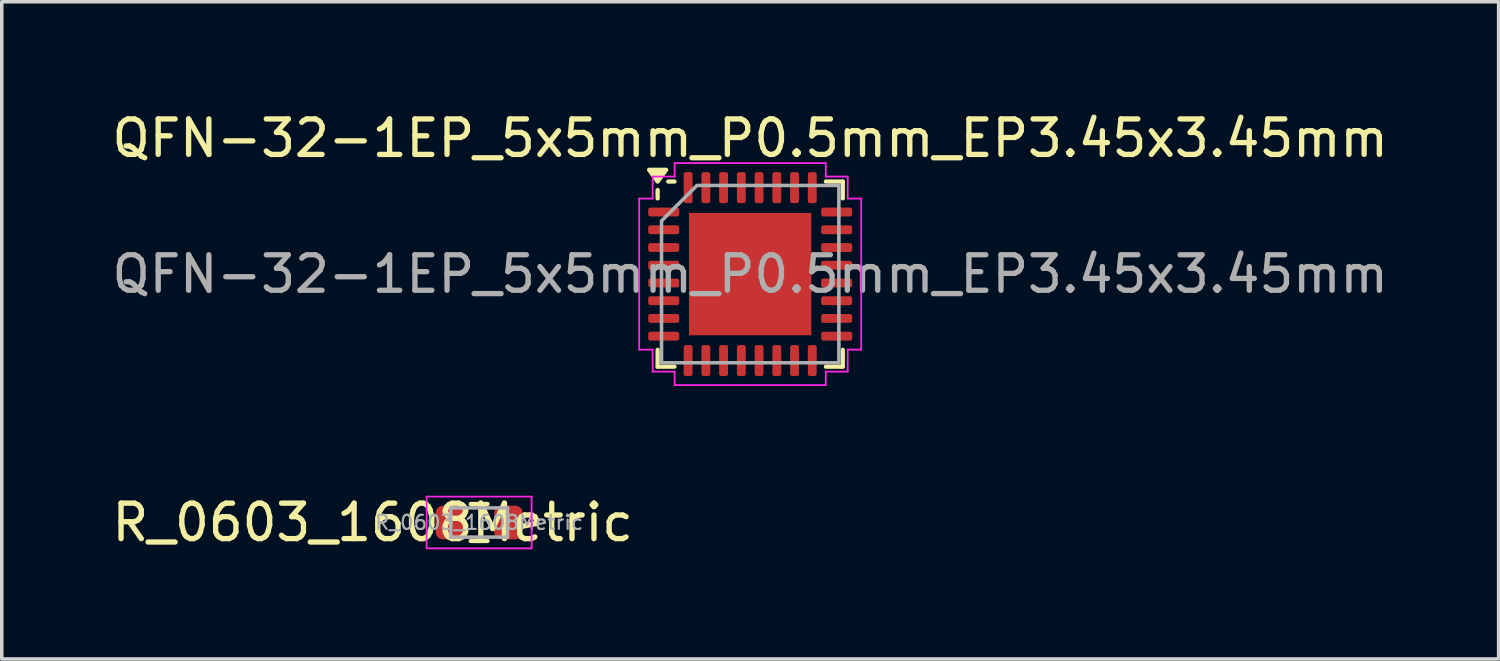
<source format=kicad_pcb>
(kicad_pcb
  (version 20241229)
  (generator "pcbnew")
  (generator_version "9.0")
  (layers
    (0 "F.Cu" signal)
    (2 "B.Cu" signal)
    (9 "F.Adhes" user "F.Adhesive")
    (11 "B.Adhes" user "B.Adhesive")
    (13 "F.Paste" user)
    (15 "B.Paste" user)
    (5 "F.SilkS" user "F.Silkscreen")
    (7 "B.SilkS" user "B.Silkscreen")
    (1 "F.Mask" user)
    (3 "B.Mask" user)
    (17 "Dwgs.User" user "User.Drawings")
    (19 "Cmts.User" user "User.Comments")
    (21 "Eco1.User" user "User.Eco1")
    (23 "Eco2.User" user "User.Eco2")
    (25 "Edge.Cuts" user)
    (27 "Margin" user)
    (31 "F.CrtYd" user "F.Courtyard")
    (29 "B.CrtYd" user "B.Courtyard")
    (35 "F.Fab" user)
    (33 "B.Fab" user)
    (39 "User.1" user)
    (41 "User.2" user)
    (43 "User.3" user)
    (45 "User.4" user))
  (footprint "QFN-32-1EP_5x5mm_P0.5mm_EP3.45x3.45mm"
    (layer "F.Cu")
    (at 18.101 4.678)
    (property "Reference" "QFN-32-1EP_5x5mm_P0.5mm_EP3.45x3.45mm" (at 0 -3.83 0) (layer "F.SilkS") (effects (font (size 1 1) (thickness 0.15))))
    (attr smd)
    (fp_line (start -2.61 -2.135) (end -2.61 -2.37) (stroke (width 0.12) (type solid)) (layer "F.SilkS"))
    (fp_line (start -2.61 2.61) (end -2.61 2.135) (stroke (width 0.12) (type solid)) (layer "F.SilkS"))
    (fp_line (start -2.135 -2.61) (end -2.31 -2.61) (stroke (width 0.12) (type solid)) (layer "F.SilkS"))
    (fp_line (start -2.135 2.61) (end -2.61 2.61) (stroke (width 0.12) (type solid)) (layer "F.SilkS"))
    (fp_line (start 2.135 -2.61) (end 2.61 -2.61) (stroke (width 0.12) (type solid)) (layer "F.SilkS"))
    (fp_line (start 2.135 2.61) (end 2.61 2.61) (stroke (width 0.12) (type solid)) (layer "F.SilkS"))
    (fp_line (start 2.61 -2.61) (end 2.61 -2.135) (stroke (width 0.12) (type solid)) (layer "F.SilkS"))
    (fp_line (start 2.61 2.61) (end 2.61 2.135) (stroke (width 0.12) (type solid)) (layer "F.SilkS"))
    (fp_poly (pts (xy -2.61 -2.61) (xy -2.85 -2.94) (xy -2.37 -2.94)) (stroke (width 0.12) (type solid)) (fill yes) (layer "F.SilkS"))
    (fp_line (start -3.13 -2.13) (end -2.75 -2.13) (stroke (width 0.05) (type solid)) (layer "F.CrtYd"))
    (fp_line (start -3.13 2.13) (end -3.13 -2.13) (stroke (width 0.05) (type solid)) (layer "F.CrtYd"))
    (fp_line (start -2.75 -2.75) (end -2.13 -2.75) (stroke (width 0.05) (type solid)) (layer "F.CrtYd"))
    (fp_line (start -2.75 -2.13) (end -2.75 -2.75) (stroke (width 0.05) (type solid)) (layer "F.CrtYd"))
    (fp_line (start -2.75 2.13) (end -3.13 2.13) (stroke (width 0.05) (type solid)) (layer "F.CrtYd"))
    (fp_line (start -2.75 2.75) (end -2.75 2.13) (stroke (width 0.05) (type solid)) (layer "F.CrtYd"))
    (fp_line (start -2.13 -3.13) (end 2.13 -3.13) (stroke (width 0.05) (type solid)) (layer "F.CrtYd"))
    (fp_line (start -2.13 -2.75) (end -2.13 -3.13) (stroke (width 0.05) (type solid)) (layer "F.CrtYd"))
    (fp_line (start -2.13 2.75) (end -2.75 2.75) (stroke (width 0.05) (type solid)) (layer "F.CrtYd"))
    (fp_line (start -2.13 3.13) (end -2.13 2.75) (stroke (width 0.05) (type solid)) (layer "F.CrtYd"))
    (fp_line (start 2.13 -3.13) (end 2.13 -2.75) (stroke (width 0.05) (type solid)) (layer "F.CrtYd"))
    (fp_line (start 2.13 -2.75) (end 2.75 -2.75) (stroke (width 0.05) (type solid)) (layer "F.CrtYd"))
    (fp_line (start 2.13 2.75) (end 2.13 3.13) (stroke (width 0.05) (type solid)) (layer "F.CrtYd"))
    (fp_line (start 2.13 3.13) (end -2.13 3.13) (stroke (width 0.05) (type solid)) (layer "F.CrtYd"))
    (fp_line (start 2.75 -2.75) (end 2.75 -2.13) (stroke (width 0.05) (type solid)) (layer "F.CrtYd"))
    (fp_line (start 2.75 -2.13) (end 3.13 -2.13) (stroke (width 0.05) (type solid)) (layer "F.CrtYd"))
    (fp_line (start 2.75 2.13) (end 2.75 2.75) (stroke (width 0.05) (type solid)) (layer "F.CrtYd"))
    (fp_line (start 2.75 2.75) (end 2.13 2.75) (stroke (width 0.05) (type solid)) (layer "F.CrtYd"))
    (fp_line (start 3.13 -2.13) (end 3.13 2.13) (stroke (width 0.05) (type solid)) (layer "F.CrtYd"))
    (fp_line (start 3.13 2.13) (end 2.75 2.13) (stroke (width 0.05) (type solid)) (layer "F.CrtYd"))
    (fp_poly (pts (xy -2.5 -1.5) (xy -2.5 2.5) (xy 2.5 2.5) (xy 2.5 -2.5) (xy -1.5 -2.5)) (stroke (width 0.1) (type solid)) (fill no) (layer "F.Fab"))
    (fp_text user "${REFERENCE}" (at 0 0 0) (layer "F.Fab") (effects (font (size 1 1) (thickness 0.15))))
    (pad "" smd roundrect (at -1.15 -1.15) (size 0.93 0.93) (layers "F.Paste") (roundrect_rratio 0.25))
    (pad "" smd roundrect (at -1.15 0) (size 0.93 0.93) (layers "F.Paste") (roundrect_rratio 0.25))
    (pad "" smd roundrect (at -1.15 1.15) (size 0.93 0.93) (layers "F.Paste") (roundrect_rratio 0.25))
    (pad "" smd roundrect (at 0 -1.15) (size 0.93 0.93) (layers "F.Paste") (roundrect_rratio 0.25))
    (pad "" smd roundrect (at 0 0) (size 0.93 0.93) (layers "F.Paste") (roundrect_rratio 0.25))
    (pad "" smd roundrect (at 0 1.15) (size 0.93 0.93) (layers "F.Paste") (roundrect_rratio 0.25))
    (pad "" smd roundrect (at 1.15 -1.15) (size 0.93 0.93) (layers "F.Paste") (roundrect_rratio 0.25))
    (pad "" smd roundrect (at 1.15 0) (size 0.93 0.93) (layers "F.Paste") (roundrect_rratio 0.25))
    (pad "" smd roundrect (at 1.15 1.15) (size 0.93 0.93) (layers "F.Paste") (roundrect_rratio 0.25))
    (pad "1" smd roundrect (at -2.438 -1.75) (size 0.875 0.25) (layers "F.Cu" "F.Mask" "F.Paste") (roundrect_rratio 0.25))
    (pad "2" smd roundrect (at -2.438 -1.25) (size 0.875 0.25) (layers "F.Cu" "F.Mask" "F.Paste") (roundrect_rratio 0.25))
    (pad "3" smd roundrect (at -2.438 -0.75) (size 0.875 0.25) (layers "F.Cu" "F.Mask" "F.Paste") (roundrect_rratio 0.25))
    (pad "4" smd roundrect (at -2.438 -0.25) (size 0.875 0.25) (layers "F.Cu" "F.Mask" "F.Paste") (roundrect_rratio 0.25))
    (pad "5" smd roundrect (at -2.438 0.25) (size 0.875 0.25) (layers "F.Cu" "F.Mask" "F.Paste") (roundrect_rratio 0.25))
    (pad "6" smd roundrect (at -2.438 0.75) (size 0.875 0.25) (layers "F.Cu" "F.Mask" "F.Paste") (roundrect_rratio 0.25))
    (pad "7" smd roundrect (at -2.438 1.25) (size 0.875 0.25) (layers "F.Cu" "F.Mask" "F.Paste") (roundrect_rratio 0.25))
    (pad "8" smd roundrect (at -2.438 1.75) (size 0.875 0.25) (layers "F.Cu" "F.Mask" "F.Paste") (roundrect_rratio 0.25))
    (pad "9" smd roundrect (at -1.75 2.438) (size 0.25 0.875) (layers "F.Cu" "F.Mask" "F.Paste") (roundrect_rratio 0.25))
    (pad "10" smd roundrect (at -1.25 2.438) (size 0.25 0.875) (layers "F.Cu" "F.Mask" "F.Paste") (roundrect_rratio 0.25))
    (pad "11" smd roundrect (at -0.75 2.438) (size 0.25 0.875) (layers "F.Cu" "F.Mask" "F.Paste") (roundrect_rratio 0.25))
    (pad "12" smd roundrect (at -0.25 2.438) (size 0.25 0.875) (layers "F.Cu" "F.Mask" "F.Paste") (roundrect_rratio 0.25))
    (pad "13" smd roundrect (at 0.25 2.438) (size 0.25 0.875) (layers "F.Cu" "F.Mask" "F.Paste") (roundrect_rratio 0.25))
    (pad "14" smd roundrect (at 0.75 2.438) (size 0.25 0.875) (layers "F.Cu" "F.Mask" "F.Paste") (roundrect_rratio 0.25))
    (pad "15" smd roundrect (at 1.25 2.438) (size 0.25 0.875) (layers "F.Cu" "F.Mask" "F.Paste") (roundrect_rratio 0.25))
    (pad "16" smd roundrect (at 1.75 2.438) (size 0.25 0.875) (layers "F.Cu" "F.Mask" "F.Paste") (roundrect_rratio 0.25))
    (pad "17" smd roundrect (at 2.438 1.75) (size 0.875 0.25) (layers "F.Cu" "F.Mask" "F.Paste") (roundrect_rratio 0.25))
    (pad "18" smd roundrect (at 2.438 1.25) (size 0.875 0.25) (layers "F.Cu" "F.Mask" "F.Paste") (roundrect_rratio 0.25))
    (pad "19" smd roundrect (at 2.438 0.75) (size 0.875 0.25) (layers "F.Cu" "F.Mask" "F.Paste") (roundrect_rratio 0.25))
    (pad "20" smd roundrect (at 2.438 0.25) (size 0.875 0.25) (layers "F.Cu" "F.Mask" "F.Paste") (roundrect_rratio 0.25))
    (pad "21" smd roundrect (at 2.438 -0.25) (size 0.875 0.25) (layers "F.Cu" "F.Mask" "F.Paste") (roundrect_rratio 0.25))
    (pad "22" smd roundrect (at 2.438 -0.75) (size 0.875 0.25) (layers "F.Cu" "F.Mask" "F.Paste") (roundrect_rratio 0.25))
    (pad "23" smd roundrect (at 2.438 -1.25) (size 0.875 0.25) (layers "F.Cu" "F.Mask" "F.Paste") (roundrect_rratio 0.25))
    (pad "24" smd roundrect (at 2.438 -1.75) (size 0.875 0.25) (layers "F.Cu" "F.Mask" "F.Paste") (roundrect_rratio 0.25))
    (pad "25" smd roundrect (at 1.75 -2.438) (size 0.25 0.875) (layers "F.Cu" "F.Mask" "F.Paste") (roundrect_rratio 0.25))
    (pad "26" smd roundrect (at 1.25 -2.438) (size 0.25 0.875) (layers "F.Cu" "F.Mask" "F.Paste") (roundrect_rratio 0.25))
    (pad "27" smd roundrect (at 0.75 -2.438) (size 0.25 0.875) (layers "F.Cu" "F.Mask" "F.Paste") (roundrect_rratio 0.25))
    (pad "28" smd roundrect (at 0.25 -2.438) (size 0.25 0.875) (layers "F.Cu" "F.Mask" "F.Paste") (roundrect_rratio 0.25))
    (pad "29" smd roundrect (at -0.25 -2.438) (size 0.25 0.875) (layers "F.Cu" "F.Mask" "F.Paste") (roundrect_rratio 0.25))
    (pad "30" smd roundrect (at -0.75 -2.438) (size 0.25 0.875) (layers "F.Cu" "F.Mask" "F.Paste") (roundrect_rratio 0.25))
    (pad "31" smd roundrect (at -1.25 -2.438) (size 0.25 0.875) (layers "F.Cu" "F.Mask" "F.Paste") (roundrect_rratio 0.25))
    (pad "32" smd roundrect (at -1.75 -2.438) (size 0.25 0.875) (layers "F.Cu" "F.Mask" "F.Paste") (roundrect_rratio 0.25))
    (pad "33" smd rect (at 0 0) (size 3.45 3.45) (property pad_prop_heatsink) (layers "F.Cu" "F.Mask")))
  (footprint "R_0603_1608Metric"
    (layer "F.Cu")
    (at 10.458 11.681)
    (property "Reference" "R_0603_1608Metric" (at -3 0 180) (layer "F.SilkS") (effects (font (size 1 1) (thickness 0.15))))
    (attr smd)
    (fp_line (start -0.237 -0.522) (end 0.237 -0.522) (stroke (width 0.12) (type solid)) (layer "F.SilkS"))
    (fp_line (start -0.237 0.522) (end 0.237 0.522) (stroke (width 0.12) (type solid)) (layer "F.SilkS"))
    (fp_line (start -1.48 -0.73) (end 1.48 -0.73) (stroke (width 0.05) (type solid)) (layer "F.CrtYd"))
    (fp_line (start -1.48 0.73) (end -1.48 -0.73) (stroke (width 0.05) (type solid)) (layer "F.CrtYd"))
    (fp_line (start 1.48 -0.73) (end 1.48 0.73) (stroke (width 0.05) (type solid)) (layer "F.CrtYd"))
    (fp_line (start 1.48 0.73) (end -1.48 0.73) (stroke (width 0.05) (type solid)) (layer "F.CrtYd"))
    (fp_line (start -0.8 -0.412) (end 0.8 -0.412) (stroke (width 0.1) (type solid)) (layer "F.Fab"))
    (fp_line (start -0.8 0.412) (end -0.8 -0.412) (stroke (width 0.1) (type solid)) (layer "F.Fab"))
    (fp_line (start 0.8 -0.412) (end 0.8 0.412) (stroke (width 0.1) (type solid)) (layer "F.Fab"))
    (fp_line (start 0.8 0.412) (end -0.8 0.412) (stroke (width 0.1) (type solid)) (layer "F.Fab"))
    (fp_text user "${REFERENCE}" (at 0 0 180) (layer "F.Fab") (effects (font (size 0.4 0.4) (thickness 0.06))))
    (pad "1" smd roundrect (at -0.825 0) (size 0.8 0.95) (layers "F.Cu" "F.Mask" "F.Paste") (roundrect_rratio 0.25))
    (pad "2" smd roundrect (at 0.825 0) (size 0.8 0.95) (layers "F.Cu" "F.Mask" "F.Paste") (roundrect_rratio 0.25)))
  (gr_rect
    (start -3 -3)
    (end 39.202 15.53)
    (stroke (width 0.1) (type default))
    (fill no)
    (layer "Edge.Cuts")))
</source>
